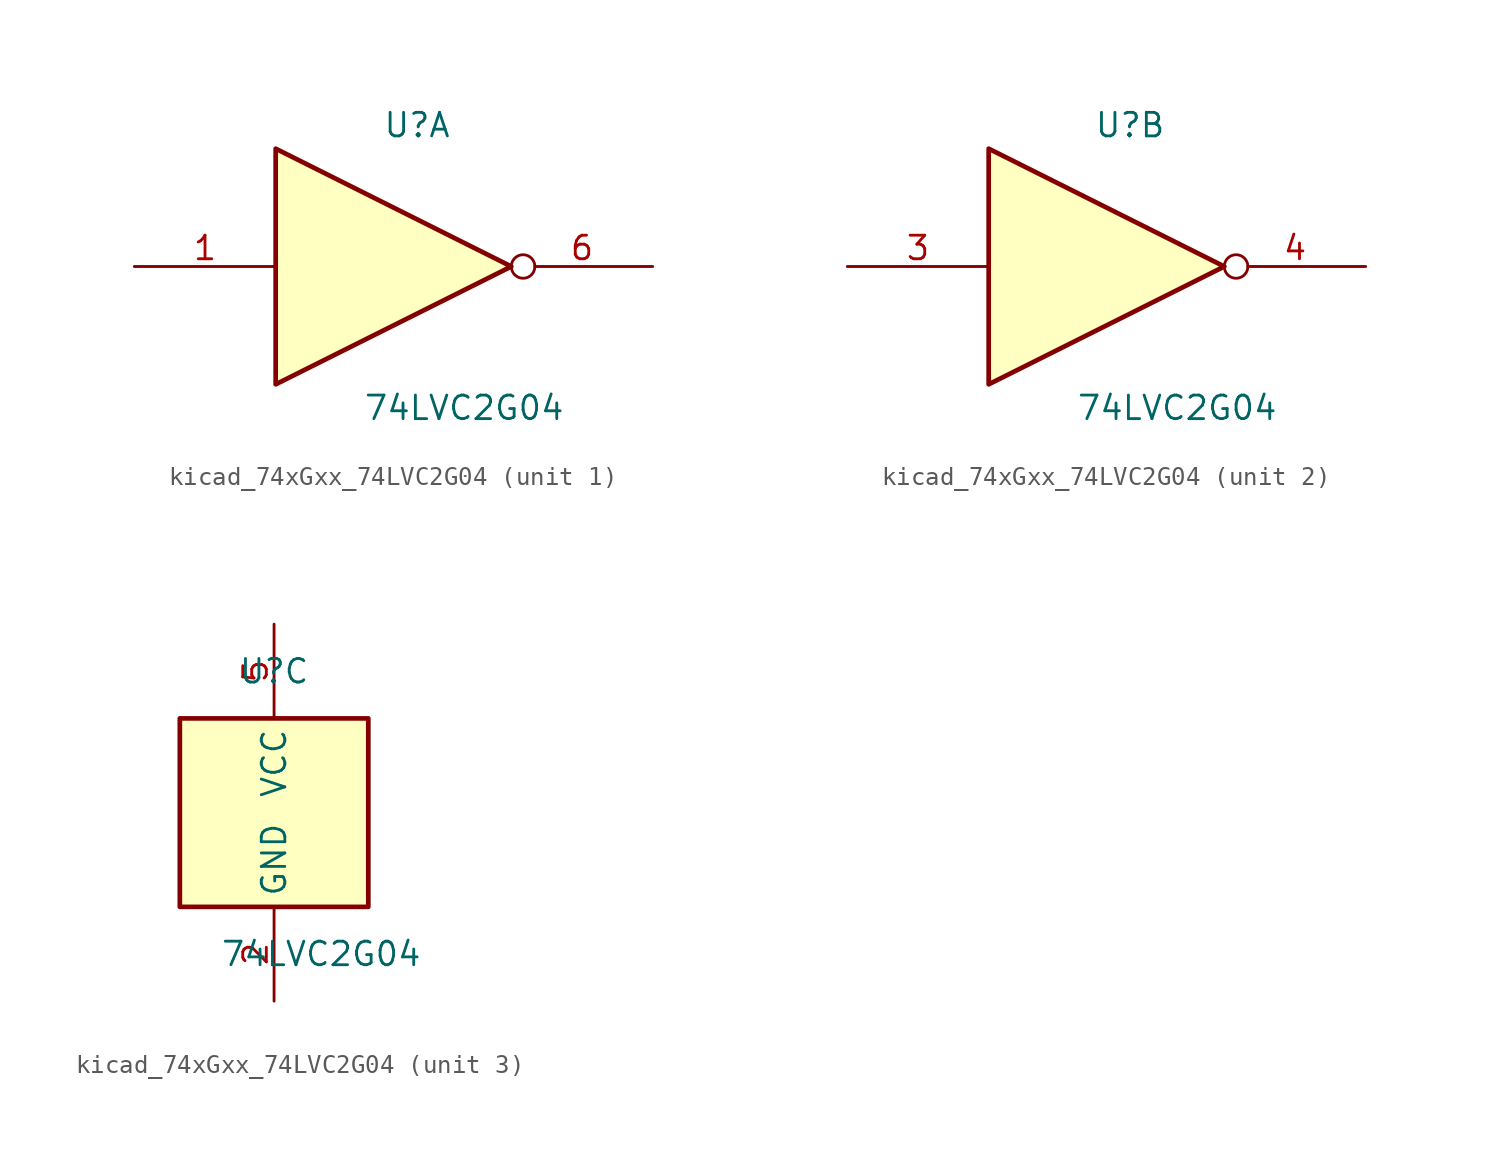
<source format=kicad_sym>
(kicad_symbol_lib
  (version 20220914)
  (generator kicad_symbol_editor)
  (symbol "kicad_74xGxx_74LVC2G04"
    (property "Reference" "U"
      (at 0 7.62 0)
      (effects (font (size 1.27 1.27))))
    (property "Value" "74LVC2G04"
      (at 2.54 -7.62 0)
      (effects (font (size 1.27 1.27))))
    (symbol "kicad_74xGxx_74LVC2G04_1_1"
      (polyline (pts (xy -7.62 6.35) (xy -7.62 -6.35) (xy 5.08 0) (xy -7.62 6.35)) (stroke (width 0.254) (type default)) (fill (type background)))
      (pin input line (at -15.24 0 0) (length 7.62) (name "~" (effects (font (size 1.27 1.27)))) (number "1" (effects (font (size 1.27 1.27)))))
      (pin output inverted (at 12.7 0 180) (length 7.62) (name "~" (effects (font (size 1.27 1.27)))) (number "6" (effects (font (size 1.27 1.27))))))
    (symbol "kicad_74xGxx_74LVC2G04_2_1"
      (polyline (pts (xy -7.62 6.35) (xy -7.62 -6.35) (xy 5.08 0) (xy -7.62 6.35)) (stroke (width 0.254) (type default)) (fill (type background)))
      (pin input line (at -15.24 0 0) (length 7.62) (name "~" (effects (font (size 1.27 1.27)))) (number "3" (effects (font (size 1.27 1.27)))))
      (pin output inverted (at 12.7 0 180) (length 7.62) (name "~" (effects (font (size 1.27 1.27)))) (number "4" (effects (font (size 1.27 1.27))))))
    (symbol "kicad_74xGxx_74LVC2G04_3_0"
      (rectangle (start -5.08 -5.08) (end 5.08 5.08) (stroke (width 0.254) (type default)) (fill (type background))))
    (symbol "kicad_74xGxx_74LVC2G04_3_1"
      (pin power_in line (at 0 -10.16 90) (length 5.08) (name "GND" (effects (font (size 1.27 1.27)))) (number "2" (effects (font (size 1.27 1.27)))))
      (pin power_in line (at 0 10.16 270) (length 5.08) (name "VCC" (effects (font (size 1.27 1.27)))) (number "5" (effects (font (size 1.27 1.27))))))))
</source>
